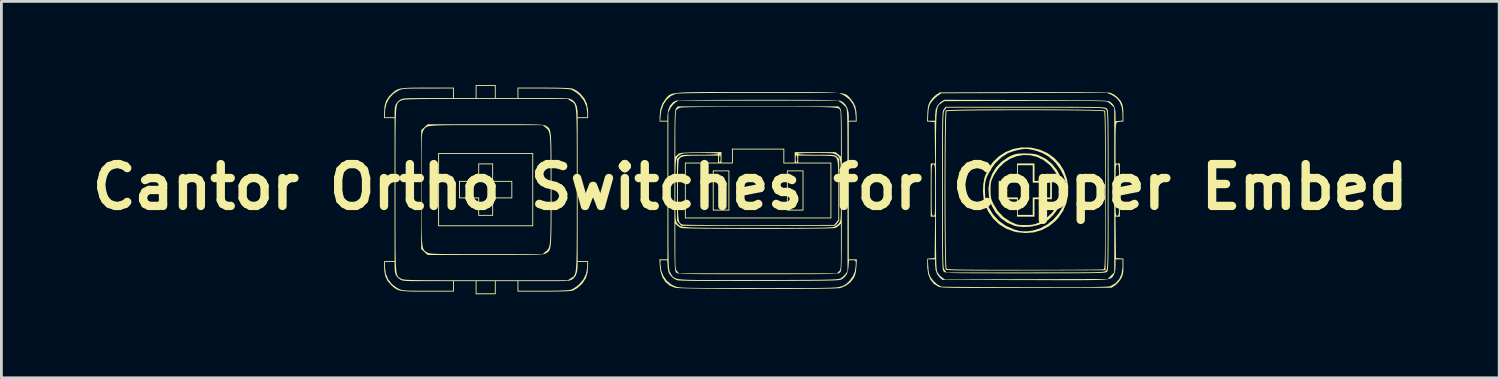
<source format=kicad_pcb>
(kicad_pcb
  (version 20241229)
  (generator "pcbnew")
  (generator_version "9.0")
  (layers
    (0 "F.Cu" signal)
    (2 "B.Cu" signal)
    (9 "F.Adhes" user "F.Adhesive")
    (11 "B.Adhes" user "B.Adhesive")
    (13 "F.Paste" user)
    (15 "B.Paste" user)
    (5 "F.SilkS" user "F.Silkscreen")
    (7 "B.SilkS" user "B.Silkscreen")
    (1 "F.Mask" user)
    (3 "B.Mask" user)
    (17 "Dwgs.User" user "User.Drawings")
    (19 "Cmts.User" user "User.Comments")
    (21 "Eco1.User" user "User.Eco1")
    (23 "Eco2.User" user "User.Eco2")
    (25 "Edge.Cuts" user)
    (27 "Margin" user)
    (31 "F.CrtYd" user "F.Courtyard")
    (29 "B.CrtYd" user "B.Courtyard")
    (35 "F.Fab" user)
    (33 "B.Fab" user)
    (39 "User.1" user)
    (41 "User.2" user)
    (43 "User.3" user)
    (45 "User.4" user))
  (footprint "Cantor Ortho Switches for Copper Embed"
    (layer "F.Cu")
    (at 23.871 3.66)
    (property "Reference" "Cantor Ortho Switches for Copper Embed" (at 0 0 0) (layer "F.SilkS") (effects (font (size 1.5 1.5) (thickness 0.3))))
    (attr board_only exclude_from_pos_files exclude_from_bom)
    (fp_poly (pts (xy -7.789 0.094) (xy -7.789 1.408) (xy -9.494 1.408) (xy -11.199 1.408) (xy -11.199 0.094) (xy -11.199 -1.189) (xy -11.167 -1.189) (xy -11.167 0.094) (xy -11.167 1.376) (xy -9.494 1.376) (xy -7.82 1.376) (xy -7.82 0.094) (xy -7.82 -1.189) (xy -9.494 -1.189) (xy -11.167 -1.189) (xy -11.199 -1.189) (xy -11.199 -1.22) (xy -9.494 -1.22) (xy -7.789 -1.22)) (stroke (width 0) (type solid)) (fill yes) (layer "F.SilkS"))
    (fp_poly (pts (xy -0.751 0.125) (xy -0.751 0.845) (xy -1.048 0.845) (xy -1.345 0.845) (xy -1.345 0.125) (xy -1.345 -0.563) (xy -1.314 -0.563) (xy -1.314 0.125) (xy -1.314 0.813) (xy -1.048 0.813) (xy -0.782 0.813) (xy -0.782 0.125) (xy -0.782 -0.563) (xy -1.048 -0.563) (xy -1.314 -0.563) (xy -1.345 -0.563) (xy -1.345 -0.594) (xy -1.048 -0.594) (xy -0.751 -0.594)) (stroke (width 0) (type solid)) (fill yes) (layer "F.SilkS"))
    (fp_poly (pts (xy 1.908 0.125) (xy 1.908 0.845) (xy 1.611 0.845) (xy 1.314 0.845) (xy 1.314 0.125) (xy 1.314 -0.563) (xy 1.345 -0.563) (xy 1.345 0.125) (xy 1.345 0.813) (xy 1.611 0.813) (xy 1.877 0.813) (xy 1.877 0.125) (xy 1.877 -0.563) (xy 1.611 -0.563) (xy 1.345 -0.563) (xy 1.314 -0.563) (xy 1.314 -0.594) (xy 1.611 -0.594) (xy 1.908 -0.594)) (stroke (width 0) (type solid)) (fill yes) (layer "F.SilkS"))
    (fp_poly (pts (xy -9.228 -0.532) (xy -9.228 -0.219) (xy -8.884 -0.219) (xy -8.54 -0.219) (xy -8.54 0.094) (xy -8.54 0.407) (xy -8.884 0.407) (xy -9.228 0.407) (xy -9.228 0.719) (xy -9.228 1.032) (xy -9.494 1.032) (xy -9.76 1.032) (xy -9.76 0.719) (xy -9.76 0.407) (xy -10.104 0.407) (xy -10.448 0.407) (xy -10.448 0.375) (xy -10.417 0.375) (xy -10.072 0.375) (xy -9.728 0.375) (xy -9.728 0.688) (xy -9.728 1.001) (xy -9.494 1.001) (xy -9.259 1.001) (xy -9.259 0.688) (xy -9.259 0.375) (xy -8.915 0.375) (xy -8.571 0.375) (xy -8.571 0.094) (xy -8.571 -0.188) (xy -8.915 -0.188) (xy -9.259 -0.188) (xy -9.259 -0.5) (xy -9.259 -0.813) (xy -9.494 -0.813) (xy -9.728 -0.813) (xy -9.728 -0.5) (xy -9.728 -0.188) (xy -10.072 -0.188) (xy -10.417 -0.188) (xy -10.417 0.094) (xy -10.417 0.375) (xy -10.448 0.375) (xy -10.448 0.094) (xy -10.448 -0.219) (xy -10.104 -0.219) (xy -9.76 -0.219) (xy -9.76 -0.532) (xy -9.76 -0.845) (xy -9.494 -0.845) (xy -9.228 -0.845)) (stroke (width 0) (type solid)) (fill yes) (layer "F.SilkS"))
    (fp_poly (pts (xy 10.198 -0.532) (xy 10.198 -0.219) (xy 10.51 -0.219) (xy 10.823 -0.219) (xy 10.823 0.109) (xy 10.823 0.438) (xy 10.51 0.438) (xy 10.198 0.438) (xy 10.198 0.751) (xy 10.198 1.064) (xy 9.885 1.064) (xy 9.572 1.064) (xy 9.572 0.751) (xy 9.572 0.438) (xy 9.243 0.438) (xy 8.915 0.438) (xy 8.915 0.375) (xy 8.978 0.375) (xy 9.29 0.375) (xy 9.603 0.375) (xy 9.603 0.688) (xy 9.603 1.001) (xy 9.869 1.001) (xy 10.135 1.001) (xy 10.135 0.688) (xy 10.135 0.375) (xy 10.448 0.375) (xy 10.761 0.375) (xy 10.761 0.109) (xy 10.761 -0.156) (xy 10.448 -0.156) (xy 10.135 -0.156) (xy 10.135 -0.469) (xy 10.135 -0.782) (xy 9.869 -0.782) (xy 9.603 -0.782) (xy 9.603 -0.469) (xy 9.603 -0.156) (xy 9.29 -0.156) (xy 8.978 -0.156) (xy 8.978 0.109) (xy 8.978 0.375) (xy 8.915 0.375) (xy 8.915 0.109) (xy 8.915 -0.219) (xy 9.243 -0.219) (xy 9.572 -0.219) (xy 9.572 -0.532) (xy 9.572 -0.845) (xy 9.885 -0.845) (xy 10.198 -0.845)) (stroke (width 0) (type solid)) (fill yes) (layer "F.SilkS"))
    (fp_poly (pts (xy 10.028 -1.417) (xy 10.09 -1.41) (xy 10.397 -1.337) (xy 10.671 -1.213) (xy 10.909 -1.041) (xy 11.106 -0.828) (xy 11.258 -0.577) (xy 11.361 -0.292) (xy 11.406 -0.03) (xy 11.405 0.28) (xy 11.343 0.578) (xy 11.224 0.857) (xy 11.051 1.11) (xy 10.96 1.209) (xy 10.724 1.404) (xy 10.46 1.544) (xy 10.175 1.627) (xy 9.874 1.653) (xy 9.561 1.62) (xy 9.456 1.595) (xy 9.173 1.49) (xy 8.924 1.333) (xy 8.711 1.129) (xy 8.54 0.881) (xy 8.425 0.626) (xy 8.372 0.408) (xy 8.35 0.161) (xy 8.356 0.016) (xy 8.418 0.016) (xy 8.421 0.172) (xy 8.428 0.323) (xy 8.441 0.434) (xy 8.463 0.526) (xy 8.502 0.623) (xy 8.548 0.72) (xy 8.715 0.992) (xy 8.922 1.216) (xy 9.17 1.392) (xy 9.456 1.52) (xy 9.65 1.574) (xy 9.79 1.59) (xy 9.961 1.586) (xy 10.133 1.564) (xy 10.403 1.483) (xy 10.652 1.348) (xy 10.873 1.17) (xy 11.061 0.954) (xy 11.208 0.711) (xy 11.307 0.446) (xy 11.353 0.17) (xy 11.355 0.096) (xy 11.327 -0.142) (xy 11.249 -0.389) (xy 11.128 -0.629) (xy 10.97 -0.846) (xy 10.894 -0.928) (xy 10.694 -1.098) (xy 10.48 -1.221) (xy 10.232 -1.308) (xy 10.11 -1.336) (xy 9.984 -1.36) (xy 9.887 -1.369) (xy 9.794 -1.363) (xy 9.676 -1.342) (xy 9.621 -1.33) (xy 9.484 -1.296) (xy 9.352 -1.256) (xy 9.253 -1.218) (xy 9.244 -1.213) (xy 9.012 -1.064) (xy 8.802 -0.866) (xy 8.626 -0.633) (xy 8.495 -0.378) (xy 8.473 -0.321) (xy 8.442 -0.216) (xy 8.424 -0.111) (xy 8.418 0.016) (xy 8.356 0.016) (xy 8.36 -0.091) (xy 8.401 -0.322) (xy 8.417 -0.376) (xy 8.54 -0.654) (xy 8.709 -0.897) (xy 8.919 -1.099) (xy 9.163 -1.256) (xy 9.433 -1.364) (xy 9.724 -1.419)) (stroke (width 0) (type solid)) (fill yes) (layer "F.SilkS"))
    (fp_poly (pts (xy 10.034 -1.2) (xy 10.17 -1.188) (xy 10.279 -1.165) (xy 10.338 -1.145) (xy 10.6 -1.013) (xy 10.823 -0.832) (xy 11.004 -0.607) (xy 11.081 -0.47) (xy 11.124 -0.38) (xy 11.153 -0.305) (xy 11.17 -0.229) (xy 11.179 -0.135) (xy 11.182 -0.007) (xy 11.183 0.109) (xy 11.182 0.271) (xy 11.177 0.387) (xy 11.166 0.474) (xy 11.146 0.548) (xy 11.112 0.628) (xy 11.081 0.694) (xy 10.982 0.859) (xy 10.855 1.02) (xy 10.714 1.161) (xy 10.575 1.264) (xy 10.544 1.281) (xy 10.317 1.37) (xy 10.065 1.422) (xy 9.808 1.437) (xy 9.567 1.413) (xy 9.469 1.388) (xy 9.213 1.278) (xy 8.99 1.118) (xy 8.805 0.916) (xy 8.666 0.678) (xy 8.577 0.411) (xy 8.566 0.351) (xy 8.549 0.109) (xy 8.621 0.109) (xy 8.623 0.253) (xy 8.633 0.359) (xy 8.657 0.45) (xy 8.698 0.551) (xy 8.726 0.61) (xy 8.881 0.861) (xy 9.083 1.073) (xy 9.326 1.24) (xy 9.556 1.342) (xy 9.631 1.356) (xy 9.747 1.365) (xy 9.882 1.367) (xy 9.92 1.366) (xy 10.069 1.358) (xy 10.182 1.34) (xy 10.285 1.307) (xy 10.389 1.259) (xy 10.634 1.107) (xy 10.833 0.921) (xy 10.982 0.708) (xy 11.083 0.476) (xy 11.132 0.23) (xy 11.13 -0.02) (xy 11.075 -0.269) (xy 10.965 -0.508) (xy 10.8 -0.732) (xy 10.736 -0.798) (xy 10.521 -0.967) (xy 10.289 -1.081) (xy 10.044 -1.14) (xy 9.797 -1.147) (xy 9.552 -1.103) (xy 9.319 -1.009) (xy 9.103 -0.868) (xy 8.913 -0.68) (xy 8.755 -0.447) (xy 8.721 -0.38) (xy 8.671 -0.27) (xy 8.641 -0.179) (xy 8.626 -0.082) (xy 8.621 0.044) (xy 8.621 0.109) (xy 8.549 0.109) (xy 8.546 0.063) (xy 8.586 -0.215) (xy 8.68 -0.474) (xy 8.825 -0.708) (xy 9.018 -0.909) (xy 9.255 -1.07) (xy 9.312 -1.099) (xy 9.414 -1.146) (xy 9.498 -1.176) (xy 9.584 -1.193) (xy 9.691 -1.201) (xy 9.84 -1.203) (xy 9.853 -1.203)) (stroke (width 0) (type solid)) (fill yes) (layer "F.SilkS"))
    (fp_poly (pts (xy -9.502 -2.252) (xy -9.091 -2.252) (xy -8.738 -2.252) (xy -8.438 -2.251) (xy -8.187 -2.25) (xy -7.98 -2.249) (xy -7.812 -2.246) (xy -7.678 -2.243) (xy -7.574 -2.239) (xy -7.496 -2.234) (xy -7.438 -2.227) (xy -7.397 -2.219) (xy -7.366 -2.21) (xy -7.342 -2.198) (xy -7.326 -2.189) (xy -7.288 -2.166) (xy -7.256 -2.143) (xy -7.228 -2.116) (xy -7.205 -2.079) (xy -7.186 -2.029) (xy -7.171 -1.961) (xy -7.158 -1.87) (xy -7.149 -1.751) (xy -7.142 -1.601) (xy -7.138 -1.414) (xy -7.135 -1.187) (xy -7.133 -0.913) (xy -7.132 -0.59) (xy -7.132 -0.211) (xy -7.132 0.094) (xy -7.132 0.514) (xy -7.132 0.876) (xy -7.133 1.185) (xy -7.135 1.444) (xy -7.139 1.66) (xy -7.144 1.836) (xy -7.151 1.976) (xy -7.162 2.086) (xy -7.175 2.17) (xy -7.191 2.233) (xy -7.211 2.278) (xy -7.236 2.312) (xy -7.265 2.337) (xy -7.298 2.36) (xy -7.326 2.377) (xy -7.348 2.389) (xy -7.373 2.4) (xy -7.406 2.409) (xy -7.451 2.417) (xy -7.513 2.423) (xy -7.597 2.428) (xy -7.708 2.432) (xy -7.85 2.435) (xy -8.027 2.437) (xy -8.245 2.438) (xy -8.507 2.439) (xy -8.82 2.44) (xy -9.187 2.44) (xy -9.502 2.44) (xy -11.575 2.44) (xy -11.692 2.333) (xy -11.808 2.226) (xy -11.808 0.505) (xy -11.793 0.505) (xy -11.793 0.864) (xy -11.792 1.171) (xy -11.79 1.428) (xy -11.787 1.641) (xy -11.782 1.814) (xy -11.775 1.953) (xy -11.765 2.061) (xy -11.752 2.143) (xy -11.736 2.204) (xy -11.716 2.248) (xy -11.692 2.281) (xy -11.663 2.305) (xy -11.629 2.327) (xy -11.596 2.347) (xy -11.574 2.36) (xy -11.548 2.37) (xy -11.513 2.379) (xy -11.465 2.386) (xy -11.398 2.392) (xy -11.309 2.397) (xy -11.192 2.401) (xy -11.043 2.404) (xy -10.857 2.406) (xy -10.629 2.407) (xy -10.355 2.408) (xy -10.029 2.408) (xy -9.648 2.408) (xy -9.473 2.409) (xy -7.45 2.409) (xy -7.349 2.324) (xy -7.312 2.293) (xy -7.281 2.264) (xy -7.254 2.231) (xy -7.232 2.19) (xy -7.213 2.136) (xy -7.199 2.065) (xy -7.187 1.971) (xy -7.178 1.85) (xy -7.172 1.697) (xy -7.168 1.508) (xy -7.165 1.278) (xy -7.164 1.001) (xy -7.163 0.673) (xy -7.163 0.29) (xy -7.163 0.094) (xy -7.163 -0.317) (xy -7.164 -0.669) (xy -7.164 -0.969) (xy -7.166 -1.22) (xy -7.17 -1.428) (xy -7.175 -1.597) (xy -7.183 -1.731) (xy -7.193 -1.837) (xy -7.206 -1.918) (xy -7.223 -1.979) (xy -7.243 -2.026) (xy -7.268 -2.062) (xy -7.297 -2.092) (xy -7.332 -2.122) (xy -7.349 -2.136) (xy -7.45 -2.221) (xy -9.466 -2.221) (xy -9.884 -2.221) (xy -10.244 -2.221) (xy -10.551 -2.22) (xy -10.809 -2.218) (xy -11.022 -2.215) (xy -11.196 -2.21) (xy -11.335 -2.203) (xy -11.444 -2.193) (xy -11.526 -2.181) (xy -11.587 -2.165) (xy -11.632 -2.145) (xy -11.664 -2.121) (xy -11.689 -2.092) (xy -11.711 -2.058) (xy -11.732 -2.024) (xy -11.744 -2.002) (xy -11.754 -1.976) (xy -11.763 -1.941) (xy -11.771 -1.893) (xy -11.777 -1.826) (xy -11.782 -1.736) (xy -11.785 -1.619) (xy -11.788 -1.47) (xy -11.79 -1.283) (xy -11.791 -1.054) (xy -11.792 -0.779) (xy -11.793 -0.453) (xy -11.793 -0.07) (xy -11.793 0.088) (xy -11.793 0.505) (xy -11.808 0.505) (xy -11.808 0.094) (xy -11.808 -2.038) (xy -11.692 -2.145) (xy -11.575 -2.252)) (stroke (width 0) (type solid)) (fill yes) (layer "F.SilkS"))
    (fp_poly (pts (xy 10.042 -2.788) (xy 10.407 -2.787) (xy 10.764 -2.785) (xy 11.108 -2.783) (xy 11.432 -2.78) (xy 11.733 -2.777) (xy 12.004 -2.772) (xy 12.241 -2.768) (xy 12.436 -2.762) (xy 12.586 -2.756) (xy 12.685 -2.749) (xy 12.727 -2.742) (xy 12.728 -2.741) (xy 12.734 -2.715) (xy 12.74 -2.649) (xy 12.745 -2.543) (xy 12.748 -2.393) (xy 12.752 -2.198) (xy 12.754 -1.955) (xy 12.756 -1.661) (xy 12.757 -1.315) (xy 12.757 -0.913) (xy 12.756 -0.454) (xy 12.755 0.065) (xy 12.755 0.144) (xy 12.747 2.987) (xy 9.899 2.995) (xy 9.386 2.997) (xy 8.933 2.997) (xy 8.536 2.997) (xy 8.193 2.997) (xy 7.9 2.996) (xy 7.655 2.994) (xy 7.454 2.991) (xy 7.295 2.988) (xy 7.175 2.984) (xy 7.09 2.979) (xy 7.037 2.973) (xy 7.014 2.966) (xy 7.013 2.966) (xy 7.007 2.928) (xy 7 2.834) (xy 6.995 2.687) (xy 6.99 2.495) (xy 6.986 2.261) (xy 6.982 1.992) (xy 6.979 1.693) (xy 6.976 1.37) (xy 6.974 1.027) (xy 6.973 0.671) (xy 6.972 0.306) (xy 6.972 -0.062) (xy 6.972 -0.062) (xy 7.004 -0.062) (xy 7.004 0.304) (xy 7.004 0.666) (xy 7.006 1.021) (xy 7.007 1.361) (xy 7.01 1.683) (xy 7.013 1.979) (xy 7.017 2.246) (xy 7.021 2.476) (xy 7.026 2.666) (xy 7.032 2.809) (xy 7.038 2.901) (xy 7.044 2.934) (xy 7.066 2.941) (xy 7.118 2.947) (xy 7.204 2.952) (xy 7.326 2.957) (xy 7.487 2.961) (xy 7.691 2.964) (xy 7.94 2.967) (xy 8.238 2.969) (xy 8.587 2.97) (xy 8.99 2.971) (xy 9.451 2.972) (xy 9.857 2.972) (xy 10.269 2.971) (xy 10.664 2.971) (xy 11.037 2.97) (xy 11.383 2.969) (xy 11.698 2.967) (xy 11.978 2.965) (xy 12.217 2.963) (xy 12.412 2.961) (xy 12.557 2.958) (xy 12.649 2.955) (xy 12.682 2.953) (xy 12.69 2.945) (xy 12.698 2.926) (xy 12.704 2.893) (xy 12.71 2.841) (xy 12.715 2.766) (xy 12.719 2.666) (xy 12.722 2.535) (xy 12.725 2.372) (xy 12.727 2.17) (xy 12.729 1.928) (xy 12.73 1.641) (xy 12.731 1.305) (xy 12.731 0.916) (xy 12.731 0.472) (xy 12.731 0.128) (xy 12.731 -0.383) (xy 12.73 -0.834) (xy 12.729 -1.228) (xy 12.728 -1.569) (xy 12.726 -1.859) (xy 12.723 -2.101) (xy 12.72 -2.298) (xy 12.716 -2.454) (xy 12.711 -2.57) (xy 12.706 -2.651) (xy 12.7 -2.698) (xy 12.694 -2.715) (xy 12.656 -2.722) (xy 12.562 -2.728) (xy 12.415 -2.734) (xy 12.223 -2.739) (xy 11.99 -2.743) (xy 11.721 -2.747) (xy 11.423 -2.75) (xy 11.1 -2.752) (xy 10.759 -2.754) (xy 10.404 -2.755) (xy 10.041 -2.756) (xy 9.675 -2.756) (xy 9.312 -2.755) (xy 8.958 -2.754) (xy 8.617 -2.752) (xy 8.296 -2.75) (xy 7.999 -2.746) (xy 7.733 -2.743) (xy 7.502 -2.738) (xy 7.312 -2.733) (xy 7.169 -2.728) (xy 7.078 -2.722) (xy 7.044 -2.715) (xy 7.038 -2.678) (xy 7.031 -2.583) (xy 7.026 -2.437) (xy 7.021 -2.244) (xy 7.017 -2.011) (xy 7.013 -1.743) (xy 7.01 -1.444) (xy 7.007 -1.122) (xy 7.006 -0.78) (xy 7.004 -0.425) (xy 7.004 -0.062) (xy 6.972 -0.062) (xy 6.973 -0.427) (xy 6.974 -0.784) (xy 6.976 -1.128) (xy 6.978 -1.453) (xy 6.981 -1.754) (xy 6.985 -2.025) (xy 6.989 -2.261) (xy 6.994 -2.456) (xy 7 -2.606) (xy 7.006 -2.704) (xy 7.013 -2.746) (xy 7.013 -2.746) (xy 7.051 -2.754) (xy 7.146 -2.76) (xy 7.293 -2.766) (xy 7.486 -2.771) (xy 7.719 -2.776) (xy 7.988 -2.78) (xy 8.287 -2.783) (xy 8.611 -2.785) (xy 8.953 -2.787) (xy 9.31 -2.788) (xy 9.674 -2.788)) (stroke (width 0) (type solid)) (fill yes) (layer "F.SilkS"))
    (fp_poly (pts (xy 10.359 -2.878) (xy 10.788 -2.878) (xy 11.162 -2.877) (xy 11.485 -2.877) (xy 11.761 -2.876) (xy 11.993 -2.874) (xy 12.187 -2.873) (xy 12.344 -2.87) (xy 12.47 -2.867) (xy 12.569 -2.863) (xy 12.643 -2.858) (xy 12.697 -2.853) (xy 12.735 -2.846) (xy 12.761 -2.838) (xy 12.778 -2.829) (xy 12.79 -2.819) (xy 12.794 -2.815) (xy 12.804 -2.804) (xy 12.814 -2.788) (xy 12.822 -2.766) (xy 12.829 -2.732) (xy 12.835 -2.684) (xy 12.84 -2.616) (xy 12.844 -2.526) (xy 12.848 -2.41) (xy 12.85 -2.263) (xy 12.852 -2.082) (xy 12.854 -1.862) (xy 12.855 -1.601) (xy 12.856 -1.294) (xy 12.856 -0.937) (xy 12.856 -0.527) (xy 12.856 -0.06) (xy 12.856 0.12) (xy 12.856 0.61) (xy 12.856 1.04) (xy 12.856 1.416) (xy 12.855 1.741) (xy 12.854 2.018) (xy 12.853 2.252) (xy 12.851 2.447) (xy 12.848 2.605) (xy 12.845 2.732) (xy 12.841 2.831) (xy 12.836 2.905) (xy 12.83 2.959) (xy 12.824 2.996) (xy 12.816 3.021) (xy 12.807 3.036) (xy 12.799 3.045) (xy 12.786 3.054) (xy 12.763 3.062) (xy 12.728 3.068) (xy 12.676 3.074) (xy 12.604 3.079) (xy 12.507 3.084) (xy 12.383 3.087) (xy 12.227 3.09) (xy 12.035 3.092) (xy 11.804 3.094) (xy 11.53 3.095) (xy 11.208 3.096) (xy 10.836 3.096) (xy 10.41 3.097) (xy 9.925 3.097) (xy 9.874 3.097) (xy 9.386 3.097) (xy 8.957 3.097) (xy 8.582 3.096) (xy 8.258 3.096) (xy 7.982 3.095) (xy 7.748 3.093) (xy 7.555 3.092) (xy 7.396 3.089) (xy 7.27 3.086) (xy 7.171 3.082) (xy 7.096 3.077) (xy 7.042 3.072) (xy 7.004 3.065) (xy 6.978 3.057) (xy 6.961 3.048) (xy 6.948 3.038) (xy 6.944 3.034) (xy 6.934 3.022) (xy 6.924 3.007) (xy 6.916 2.985) (xy 6.909 2.951) (xy 6.903 2.902) (xy 6.898 2.834) (xy 6.894 2.744) (xy 6.89 2.627) (xy 6.888 2.479) (xy 6.886 2.297) (xy 6.884 2.076) (xy 6.883 1.813) (xy 6.882 1.505) (xy 6.882 1.146) (xy 6.882 0.734) (xy 6.882 0.263) (xy 6.882 0.129) (xy 6.882 0.109) (xy 6.913 0.109) (xy 6.913 0.591) (xy 6.913 1.013) (xy 6.913 1.381) (xy 6.914 1.698) (xy 6.915 1.969) (xy 6.916 2.196) (xy 6.918 2.385) (xy 6.921 2.538) (xy 6.924 2.661) (xy 6.928 2.756) (xy 6.933 2.828) (xy 6.939 2.881) (xy 6.946 2.919) (xy 6.954 2.945) (xy 6.964 2.964) (xy 6.975 2.979) (xy 6.978 2.983) (xy 7.043 3.066) (xy 9.871 3.066) (xy 10.356 3.065) (xy 10.782 3.065) (xy 11.153 3.065) (xy 11.474 3.064) (xy 11.747 3.064) (xy 11.977 3.062) (xy 12.168 3.06) (xy 12.324 3.058) (xy 12.448 3.054) (xy 12.544 3.05) (xy 12.617 3.046) (xy 12.67 3.04) (xy 12.706 3.033) (xy 12.731 3.025) (xy 12.748 3.016) (xy 12.76 3.005) (xy 12.763 3.003) (xy 12.773 2.991) (xy 12.783 2.976) (xy 12.791 2.953) (xy 12.798 2.919) (xy 12.804 2.871) (xy 12.809 2.803) (xy 12.813 2.712) (xy 12.817 2.594) (xy 12.819 2.446) (xy 12.821 2.264) (xy 12.823 2.043) (xy 12.824 1.78) (xy 12.825 1.47) (xy 12.825 1.111) (xy 12.825 0.697) (xy 12.825 0.226) (xy 12.825 0.109) (xy 12.825 -0.375) (xy 12.825 -0.802) (xy 12.825 -1.173) (xy 12.824 -1.494) (xy 12.823 -1.767) (xy 12.822 -1.998) (xy 12.82 -2.189) (xy 12.817 -2.344) (xy 12.814 -2.468) (xy 12.81 -2.565) (xy 12.805 -2.638) (xy 12.799 -2.691) (xy 12.793 -2.728) (xy 12.785 -2.752) (xy 12.776 -2.769) (xy 12.765 -2.781) (xy 12.763 -2.784) (xy 12.751 -2.795) (xy 12.735 -2.804) (xy 12.713 -2.812) (xy 12.679 -2.819) (xy 12.63 -2.825) (xy 12.562 -2.83) (xy 12.471 -2.835) (xy 12.354 -2.838) (xy 12.206 -2.841) (xy 12.023 -2.843) (xy 11.802 -2.844) (xy 11.539 -2.845) (xy 11.229 -2.846) (xy 10.87 -2.846) (xy 10.456 -2.847) (xy 9.985 -2.847) (xy 9.871 -2.847) (xy 7.043 -2.847) (xy 6.978 -2.764) (xy 6.967 -2.749) (xy 6.957 -2.732) (xy 6.948 -2.708) (xy 6.941 -2.674) (xy 6.935 -2.625) (xy 6.93 -2.559) (xy 6.925 -2.47) (xy 6.922 -2.356) (xy 6.919 -2.211) (xy 6.917 -2.032) (xy 6.915 -1.816) (xy 6.914 -1.558) (xy 6.914 -1.254) (xy 6.913 -0.9) (xy 6.913 -0.493) (xy 6.913 -0.028) (xy 6.913 0.109) (xy 6.882 0.109) (xy 6.882 -0.357) (xy 6.882 -0.784) (xy 6.882 -1.156) (xy 6.883 -1.478) (xy 6.884 -1.752) (xy 6.885 -1.984) (xy 6.887 -2.176) (xy 6.889 -2.334) (xy 6.893 -2.459) (xy 6.897 -2.558) (xy 6.901 -2.632) (xy 6.907 -2.687) (xy 6.914 -2.727) (xy 6.922 -2.754) (xy 6.931 -2.774) (xy 6.942 -2.789) (xy 6.947 -2.795) (xy 7.011 -2.878) (xy 9.871 -2.878)) (stroke (width 0) (type solid)) (fill yes) (layer "F.SilkS"))
    (fp_poly (pts (xy 1.635 -3.41) (xy 1.979 -3.409) (xy 2.276 -3.407) (xy 2.53 -3.404) (xy 2.744 -3.4) (xy 2.922 -3.394) (xy 3.069 -3.385) (xy 3.149 -3.378) (xy 0.314 -3.378) (xy -0.247 -3.378) (xy -0.752 -3.377) (xy -1.199 -3.375) (xy -1.589 -3.372) (xy -1.92 -3.369) (xy -2.191 -3.365) (xy -2.403 -3.36) (xy -2.554 -3.355) (xy -2.643 -3.349) (xy -2.666 -3.346) (xy -2.85 -3.264) (xy -3.001 -3.132) (xy -3.116 -2.957) (xy -3.19 -2.745) (xy -3.213 -2.595) (xy -3.231 -2.377) (xy -3.101 -2.377) (xy -2.972 -2.377) (xy -2.972 -2.55) (xy -2.957 -2.677) (xy -2.94 -2.677) (xy -2.94 0.124) (xy -2.94 0.608) (xy -2.939 1.033) (xy -2.939 1.403) (xy -2.938 1.723) (xy -2.937 1.997) (xy -2.935 2.227) (xy -2.933 2.419) (xy -2.93 2.577) (xy -2.926 2.703) (xy -2.922 2.803) (xy -2.917 2.88) (xy -2.911 2.938) (xy -2.904 2.982) (xy -2.896 3.015) (xy -2.886 3.041) (xy -2.882 3.05) (xy -2.835 3.138) (xy -2.786 3.205) (xy -2.774 3.218) (xy -2.747 3.239) (xy -2.719 3.258) (xy -2.687 3.274) (xy -2.645 3.289) (xy -2.591 3.301) (xy -2.521 3.311) (xy -2.429 3.319) (xy -2.314 3.326) (xy -2.17 3.331) (xy -1.993 3.335) (xy -1.781 3.338) (xy -1.528 3.34) (xy -1.231 3.34) (xy -0.887 3.341) (xy -0.49 3.34) (xy -0.038 3.339) (xy 0.328 3.338) (xy 0.814 3.337) (xy 1.241 3.336) (xy 1.614 3.334) (xy 1.936 3.333) (xy 2.21 3.331) (xy 2.442 3.329) (xy 2.635 3.326) (xy 2.792 3.323) (xy 2.919 3.319) (xy 3.018 3.314) (xy 3.094 3.309) (xy 3.15 3.303) (xy 3.19 3.296) (xy 3.219 3.288) (xy 3.24 3.278) (xy 3.243 3.277) (xy 3.329 3.213) (xy 3.408 3.13) (xy 3.415 3.121) (xy 3.488 3.019) (xy 3.488 0.12) (xy 3.488 -0.371) (xy 3.488 -0.804) (xy 3.487 -1.181) (xy 3.487 -1.508) (xy 3.486 -1.787) (xy 3.485 -2.023) (xy 3.483 -2.22) (xy 3.48 -2.381) (xy 3.477 -2.511) (xy 3.474 -2.613) (xy 3.469 -2.691) (xy 3.463 -2.749) (xy 3.457 -2.791) (xy 3.449 -2.82) (xy 3.44 -2.841) (xy 3.43 -2.858) (xy 3.422 -2.868) (xy 3.35 -2.947) (xy 3.262 -3.021) (xy 3.254 -3.026) (xy 3.15 -3.097) (xy 0.282 -3.097) (xy -2.587 -3.097) (xy -2.693 -3.026) (xy -2.773 -2.954) (xy -2.848 -2.855) (xy -2.87 -2.816) (xy -2.94 -2.677) (xy -2.957 -2.677) (xy -2.949 -2.751) (xy -2.883 -2.915) (xy -2.776 -3.037) (xy -2.665 -3.1) (xy -2.623 -3.104) (xy -2.523 -3.108) (xy -2.369 -3.112) (xy -2.165 -3.115) (xy -1.915 -3.119) (xy -1.624 -3.121) (xy -1.295 -3.124) (xy -0.934 -3.126) (xy -0.544 -3.127) (xy -0.129 -3.128) (xy 0.292 -3.128) (xy 0.783 -3.128) (xy 1.215 -3.128) (xy 1.593 -3.127) (xy 1.92 -3.127) (xy 2.199 -3.126) (xy 2.436 -3.124) (xy 2.633 -3.122) (xy 2.796 -3.119) (xy 2.926 -3.116) (xy 3.03 -3.112) (xy 3.11 -3.107) (xy 3.17 -3.101) (xy 3.214 -3.095) (xy 3.246 -3.087) (xy 3.271 -3.078) (xy 3.285 -3.071) (xy 3.399 -2.977) (xy 3.482 -2.838) (xy 3.528 -2.666) (xy 3.535 -2.558) (xy 3.535 -2.377) (xy 3.66 -2.377) (xy 3.785 -2.377) (xy 3.785 -2.528) (xy 3.759 -2.768) (xy 3.681 -2.975) (xy 3.554 -3.146) (xy 3.378 -3.278) (xy 3.34 -3.298) (xy 3.185 -3.375) (xy 3.188 -3.375) (xy 3.283 -3.362) (xy 3.357 -3.345) (xy 3.416 -3.326) (xy 3.462 -3.303) (xy 3.499 -3.276) (xy 3.531 -3.245) (xy 3.563 -3.21) (xy 3.597 -3.17) (xy 3.61 -3.156) (xy 3.712 -3.018) (xy 3.777 -2.866) (xy 3.809 -2.683) (xy 3.816 -2.517) (xy 3.816 -2.346) (xy 3.675 -2.346) (xy 3.535 -2.346) (xy 3.535 0.125) (xy 3.535 2.596) (xy 3.68 2.596) (xy 3.825 2.596) (xy 3.809 2.86) (xy 3.792 3.027) (xy 3.764 3.151) (xy 3.72 3.254) (xy 3.718 3.257) (xy 3.6 3.412) (xy 3.44 3.537) (xy 3.259 3.616) (xy 3.222 3.626) (xy 3.159 3.632) (xy 3.04 3.638) (xy 2.869 3.644) (xy 2.654 3.648) (xy 2.398 3.652) (xy 2.108 3.655) (xy 1.79 3.657) (xy 1.448 3.659) (xy 1.088 3.66) (xy 0.717 3.661) (xy 0.338 3.661) (xy -0.041 3.66) (xy -0.416 3.658) (xy -0.781 3.656) (xy -1.131 3.654) (xy -1.459 3.65) (xy -1.761 3.646) (xy -2.031 3.642) (xy -2.263 3.637) (xy -2.452 3.632) (xy -2.592 3.625) (xy -2.678 3.619) (xy -2.699 3.615) (xy -2.893 3.534) (xy -3.045 3.406) (xy -3.156 3.233) (xy -3.224 3.014) (xy -3.245 2.849) (xy -3.26 2.628) (xy -3.222 2.628) (xy -3.222 2.763) (xy -3.195 2.988) (xy -3.117 3.192) (xy -2.996 3.365) (xy -2.836 3.498) (xy -2.69 3.567) (xy -2.658 3.578) (xy -2.622 3.587) (xy -2.579 3.594) (xy -2.524 3.601) (xy -2.453 3.607) (xy -2.362 3.612) (xy -2.248 3.616) (xy -2.105 3.619) (xy -1.93 3.622) (xy -1.72 3.623) (xy -1.469 3.625) (xy -1.173 3.626) (xy -0.83 3.627) (xy -0.434 3.627) (xy 0.019 3.627) (xy 0.264 3.628) (xy 0.75 3.628) (xy 1.178 3.627) (xy 1.551 3.627) (xy 1.874 3.626) (xy 2.151 3.625) (xy 2.385 3.623) (xy 2.58 3.621) (xy 2.741 3.617) (xy 2.872 3.614) (xy 2.977 3.609) (xy 3.06 3.604) (xy 3.124 3.597) (xy 3.174 3.59) (xy 3.214 3.581) (xy 3.229 3.577) (xy 3.342 3.538) (xy 3.432 3.486) (xy 3.522 3.403) (xy 3.564 3.359) (xy 3.682 3.201) (xy 3.753 3.03) (xy 3.783 2.83) (xy 3.785 2.751) (xy 3.782 2.672) (xy 3.76 2.637) (xy 3.703 2.628) (xy 3.664 2.628) (xy 3.543 2.628) (xy 3.527 2.849) (xy 3.506 3.011) (xy 3.462 3.132) (xy 3.386 3.229) (xy 3.304 3.298) (xy 3.288 3.309) (xy 3.27 3.319) (xy 3.245 3.327) (xy 3.21 3.335) (xy 3.161 3.341) (xy 3.093 3.346) (xy 3.004 3.351) (xy 2.889 3.355) (xy 2.743 3.358) (xy 2.565 3.361) (xy 2.348 3.363) (xy 2.09 3.365) (xy 1.787 3.366) (xy 1.435 3.368) (xy 1.029 3.369) (xy 0.567 3.37) (xy 0.346 3.371) (xy -0.167 3.372) (xy -0.62 3.373) (xy -1.018 3.373) (xy -1.364 3.373) (xy -1.66 3.372) (xy -1.91 3.37) (xy -2.117 3.368) (xy -2.285 3.364) (xy -2.417 3.36) (xy -2.517 3.356) (xy -2.587 3.35) (xy -2.631 3.343) (xy -2.644 3.34) (xy -2.745 3.286) (xy -2.84 3.202) (xy -2.855 3.185) (xy -2.908 3.109) (xy -2.94 3.03) (xy -2.958 2.924) (xy -2.964 2.848) (xy -2.98 2.628) (xy -3.101 2.628) (xy -3.222 2.628) (xy -3.26 2.628) (xy -3.262 2.596) (xy -3.117 2.596) (xy -2.972 2.596) (xy -2.972 0.125) (xy -2.972 -2.346) (xy -3.112 -2.346) (xy -3.253 -2.346) (xy -3.253 -2.528) (xy -3.228 -2.778) (xy -3.154 -2.995) (xy -3.032 -3.174) (xy -3.03 -3.176) (xy -2.996 -3.214) (xy -2.965 -3.248) (xy -2.934 -3.278) (xy -2.898 -3.304) (xy -2.855 -3.326) (xy -2.8 -3.345) (xy -2.729 -3.361) (xy -2.638 -3.374) (xy -2.525 -3.384) (xy -2.384 -3.393) (xy -2.211 -3.399) (xy -2.004 -3.403) (xy -1.758 -3.406) (xy -1.47 -3.408) (xy -1.135 -3.409) (xy -0.75 -3.41) (xy -0.31 -3.41) (xy 0.187 -3.41) (xy 0.282 -3.41) (xy 0.79 -3.41) (xy 1.24 -3.41)) (stroke (width 0) (type solid)) (fill yes) (layer "F.SilkS"))
    (fp_poly (pts (xy 11.373 -3.405) (xy 11.777 -3.404) (xy 12.121 -3.402) (xy 12.404 -3.399) (xy 12.626 -3.395) (xy 12.787 -3.391) (xy 12.886 -3.385) (xy 12.919 -3.381) (xy 13.057 -3.315) (xy 13.19 -3.208) (xy 13.296 -3.081) (xy 13.329 -3.021) (xy 13.363 -2.917) (xy 13.382 -2.784) (xy 13.387 -2.62) (xy 13.388 -2.346) (xy 13.285 -2.346) (xy 13.202 -2.335) (xy 13.145 -2.309) (xy 13.144 -2.309) (xy 13.131 -2.274) (xy 13.121 -2.196) (xy 13.113 -2.072) (xy 13.109 -1.896) (xy 13.107 -1.663) (xy 13.107 -1.558) (xy 13.107 -0.845) (xy 13.185 -0.845) (xy 13.263 -0.845) (xy 13.263 0.109) (xy 13.263 1.064) (xy 13.184 1.064) (xy 13.106 1.064) (xy 13.114 1.806) (xy 13.122 2.549) (xy 13.255 2.559) (xy 13.388 2.569) (xy 13.388 2.852) (xy 13.386 2.997) (xy 13.376 3.1) (xy 13.355 3.181) (xy 13.319 3.261) (xy 13.306 3.287) (xy 13.225 3.402) (xy 13.125 3.503) (xy 13.095 3.526) (xy 12.966 3.613) (xy 9.916 3.62) (xy 9.405 3.621) (xy 8.952 3.622) (xy 8.555 3.622) (xy 8.209 3.622) (xy 7.911 3.621) (xy 7.658 3.62) (xy 7.444 3.618) (xy 7.268 3.616) (xy 7.124 3.613) (xy 7.01 3.609) (xy 6.922 3.604) (xy 6.856 3.599) (xy 6.808 3.593) (xy 6.775 3.585) (xy 6.757 3.579) (xy 6.589 3.475) (xy 6.466 3.327) (xy 6.387 3.135) (xy 6.352 2.9) (xy 6.35 2.825) (xy 6.35 2.596) (xy 6.373 2.596) (xy 6.387 2.854) (xy 6.399 3.003) (xy 6.42 3.112) (xy 6.457 3.204) (xy 6.486 3.257) (xy 6.577 3.378) (xy 6.695 3.483) (xy 6.817 3.557) (xy 6.868 3.575) (xy 6.908 3.577) (xy 7.005 3.579) (xy 7.156 3.581) (xy 7.357 3.583) (xy 7.602 3.585) (xy 7.888 3.587) (xy 8.21 3.589) (xy 8.563 3.59) (xy 8.943 3.592) (xy 9.346 3.593) (xy 9.768 3.594) (xy 9.878 3.594) (xy 10.39 3.594) (xy 10.842 3.594) (xy 11.239 3.594) (xy 11.584 3.593) (xy 11.881 3.592) (xy 12.132 3.59) (xy 12.342 3.588) (xy 12.513 3.584) (xy 12.65 3.581) (xy 12.756 3.576) (xy 12.834 3.571) (xy 12.888 3.565) (xy 12.921 3.558) (xy 12.928 3.555) (xy 13.106 3.451) (xy 13.236 3.309) (xy 13.319 3.126) (xy 13.355 2.902) (xy 13.357 2.828) (xy 13.357 2.596) (xy 13.232 2.596) (xy 13.107 2.596) (xy 13.107 2.823) (xy 13.1 2.97) (xy 13.08 3.075) (xy 13.045 3.15) (xy 13.026 3.183) (xy 13.01 3.212) (xy 12.991 3.237) (xy 12.967 3.259) (xy 12.934 3.278) (xy 12.887 3.294) (xy 12.824 3.307) (xy 12.74 3.318) (xy 12.632 3.326) (xy 12.496 3.333) (xy 12.329 3.338) (xy 12.125 3.341) (xy 11.883 3.343) (xy 11.597 3.344) (xy 11.265 3.344) (xy 10.882 3.343) (xy 10.445 3.341) (xy 9.949 3.34) (xy 9.841 3.34) (xy 6.887 3.331) (xy 6.802 3.253) (xy 6.705 3.131) (xy 6.649 2.978) (xy 6.632 2.785) (xy 6.632 2.596) (xy 6.502 2.596) (xy 6.373 2.596) (xy 6.35 2.596) (xy 6.35 2.569) (xy 6.483 2.559) (xy 6.616 2.549) (xy 6.624 1.806) (xy 6.633 1.064) (xy 6.554 1.064) (xy 6.475 1.064) (xy 6.475 0.109) (xy 6.506 0.109) (xy 6.507 0.374) (xy 6.507 0.582) (xy 6.509 0.741) (xy 6.512 0.857) (xy 6.517 0.938) (xy 6.524 0.989) (xy 6.535 1.017) (xy 6.548 1.029) (xy 6.565 1.032) (xy 6.569 1.032) (xy 6.587 1.03) (xy 6.601 1.02) (xy 6.612 0.996) (xy 6.62 0.95) (xy 6.625 0.875) (xy 6.629 0.766) (xy 6.63 0.616) (xy 6.631 0.418) (xy 6.632 0.165) (xy 6.632 0.109) (xy 6.631 -0.155) (xy 6.631 -0.363) (xy 6.629 -0.522) (xy 6.626 -0.638) (xy 6.621 -0.719) (xy 6.617 -0.748) (xy 6.663 -0.748) (xy 6.663 -0.298) (xy 6.663 0.115) (xy 6.663 0.602) (xy 6.663 1.03) (xy 6.663 1.404) (xy 6.664 1.727) (xy 6.665 2.003) (xy 6.667 2.236) (xy 6.669 2.43) (xy 6.672 2.589) (xy 6.675 2.717) (xy 6.679 2.818) (xy 6.684 2.896) (xy 6.69 2.954) (xy 6.697 2.997) (xy 6.705 3.028) (xy 6.714 3.052) (xy 6.721 3.066) (xy 6.788 3.159) (xy 6.874 3.24) (xy 6.882 3.246) (xy 6.986 3.317) (xy 9.905 3.308) (xy 12.824 3.3) (xy 12.942 3.182) (xy 13.06 3.064) (xy 13.06 0.111) (xy 13.06 0.109) (xy 13.107 0.109) (xy 13.107 0.374) (xy 13.107 0.582) (xy 13.109 0.741) (xy 13.112 0.857) (xy 13.117 0.938) (xy 13.125 0.989) (xy 13.135 1.017) (xy 13.148 1.029) (xy 13.165 1.032) (xy 13.169 1.032) (xy 13.187 1.03) (xy 13.201 1.02) (xy 13.212 0.996) (xy 13.22 0.95) (xy 13.225 0.875) (xy 13.229 0.766) (xy 13.231 0.616) (xy 13.232 0.418) (xy 13.232 0.165) (xy 13.232 0.109) (xy 13.232 -0.155) (xy 13.231 -0.363) (xy 13.229 -0.522) (xy 13.226 -0.638) (xy 13.221 -0.719) (xy 13.214 -0.77) (xy 13.204 -0.798) (xy 13.19 -0.81) (xy 13.173 -0.813) (xy 13.169 -0.813) (xy 13.151 -0.811) (xy 13.137 -0.801) (xy 13.126 -0.777) (xy 13.119 -0.731) (xy 13.113 -0.656) (xy 13.11 -0.547) (xy 13.108 -0.397) (xy 13.107 -0.199) (xy 13.107 0.054) (xy 13.107 0.109) (xy 13.06 0.109) (xy 13.06 -2.842) (xy 12.97 -2.936) (xy 12.891 -3.006) (xy 12.811 -3.058) (xy 12.798 -3.064) (xy 12.759 -3.07) (xy 12.673 -3.076) (xy 12.538 -3.08) (xy 12.354 -3.084) (xy 12.117 -3.087) (xy 11.828 -3.089) (xy 11.483 -3.091) (xy 11.081 -3.091) (xy 10.621 -3.091) (xy 10.101 -3.09) (xy 9.838 -3.089) (xy 6.96 -3.081) (xy 6.862 -3.011) (xy 6.829 -2.989) (xy 6.799 -2.968) (xy 6.774 -2.945) (xy 6.751 -2.917) (xy 6.732 -2.88) (xy 6.716 -2.829) (xy 6.703 -2.762) (xy 6.692 -2.673) (xy 6.683 -2.56) (xy 6.676 -2.418) (xy 6.671 -2.243) (xy 6.667 -2.032) (xy 6.665 -1.781) (xy 6.664 -1.486) (xy 6.663 -1.143) (xy 6.663 -0.748) (xy 6.617 -0.748) (xy 6.614 -0.77) (xy 6.603 -0.798) (xy 6.59 -0.81) (xy 6.573 -0.813) (xy 6.569 -0.813) (xy 6.551 -0.811) (xy 6.537 -0.801) (xy 6.526 -0.777) (xy 6.518 -0.731) (xy 6.513 -0.656) (xy 6.509 -0.547) (xy 6.507 -0.397) (xy 6.507 -0.199) (xy 6.506 0.054) (xy 6.506 0.109) (xy 6.475 0.109) (xy 6.475 -0.845) (xy 6.554 -0.845) (xy 6.633 -0.845) (xy 6.624 -1.587) (xy 6.616 -2.33) (xy 6.479 -2.34) (xy 6.343 -2.35) (xy 6.344 -2.377) (xy 6.373 -2.377) (xy 6.502 -2.377) (xy 6.632 -2.377) (xy 6.632 -2.573) (xy 6.651 -2.768) (xy 6.712 -2.919) (xy 6.816 -3.035) (xy 6.848 -3.058) (xy 6.955 -3.129) (xy 9.898 -3.121) (xy 10.393 -3.119) (xy 10.829 -3.118) (xy 11.211 -3.117) (xy 11.541 -3.115) (xy 11.824 -3.113) (xy 12.064 -3.111) (xy 12.264 -3.109) (xy 12.429 -3.106) (xy 12.561 -3.103) (xy 12.666 -3.098) (xy 12.746 -3.094) (xy 12.806 -3.088) (xy 12.849 -3.081) (xy 12.879 -3.074) (xy 12.901 -3.065) (xy 12.917 -3.055) (xy 12.924 -3.05) (xy 13.015 -2.965) (xy 13.072 -2.867) (xy 13.1 -2.738) (xy 13.107 -2.591) (xy 13.107 -2.36) (xy 13.232 -2.372) (xy 13.357 -2.384) (xy 13.357 -2.614) (xy 13.334 -2.846) (xy 13.264 -3.037) (xy 13.148 -3.187) (xy 12.984 -3.297) (xy 12.952 -3.312) (xy 12.796 -3.379) (xy 9.826 -3.371) (xy 6.856 -3.363) (xy 6.721 -3.268) (xy 6.618 -3.18) (xy 6.521 -3.074) (xy 6.493 -3.035) (xy 6.445 -2.955) (xy 6.415 -2.876) (xy 6.398 -2.778) (xy 6.387 -2.639) (xy 6.387 -2.638) (xy 6.373 -2.377) (xy 6.344 -2.377) (xy 6.355 -2.639) (xy 6.365 -2.788) (xy 6.38 -2.895) (xy 6.405 -2.979) (xy 6.446 -3.061) (xy 6.455 -3.076) (xy 6.532 -3.181) (xy 6.629 -3.276) (xy 6.672 -3.309) (xy 6.804 -3.394) (xy 9.807 -3.403) (xy 10.388 -3.405) (xy 10.91 -3.405)) (stroke (width 0) (type solid)) (fill yes) (layer "F.SilkS"))
    (fp_poly (pts (xy -9.134 -3.425) (xy -9.134 -3.191) (xy -8.743 -3.191) (xy -8.352 -3.191) (xy -8.352 -3.378) (xy -8.352 -3.535) (xy -8.321 -3.535) (xy -8.321 -3.363) (xy -8.321 -3.191) (xy -7.403 -3.191) (xy -7.139 -3.191) (xy -6.93 -3.19) (xy -6.769 -3.188) (xy -6.648 -3.184) (xy -6.56 -3.179) (xy -6.497 -3.171) (xy -6.452 -3.159) (xy -6.418 -3.144) (xy -6.386 -3.124) (xy -6.378 -3.119) (xy -6.281 -3.024) (xy -6.222 -2.89) (xy -6.196 -2.71) (xy -6.195 -2.667) (xy -6.194 -2.502) (xy -6.022 -2.502) (xy -5.85 -2.502) (xy -5.85 -2.658) (xy -5.88 -2.885) (xy -5.969 -3.094) (xy -6.114 -3.279) (xy -6.144 -3.308) (xy -6.247 -3.391) (xy -6.354 -3.46) (xy -6.435 -3.497) (xy -6.514 -3.511) (xy -6.651 -3.521) (xy -6.846 -3.529) (xy -7.102 -3.533) (xy -7.419 -3.535) (xy -7.441 -3.535) (xy -8.321 -3.535) (xy -8.352 -3.535) (xy -8.352 -3.566) (xy -7.425 -3.566) (xy -7.103 -3.565) (xy -6.842 -3.561) (xy -6.638 -3.555) (xy -6.489 -3.546) (xy -6.394 -3.534) (xy -6.369 -3.528) (xy -6.251 -3.471) (xy -6.12 -3.368) (xy -6.079 -3.329) (xy -5.946 -3.166) (xy -5.862 -2.984) (xy -5.823 -2.772) (xy -5.818 -2.653) (xy -5.818 -2.471) (xy -6.006 -2.471) (xy -6.194 -2.471) (xy -6.194 0.094) (xy -6.194 2.659) (xy -6.006 2.659) (xy -5.818 2.659) (xy -5.818 2.841) (xy -5.838 3.073) (xy -5.899 3.268) (xy -6.008 3.439) (xy -6.079 3.517) (xy -6.212 3.631) (xy -6.336 3.704) (xy -6.369 3.716) (xy -6.443 3.729) (xy -6.57 3.739) (xy -6.75 3.746) (xy -6.988 3.751) (xy -7.284 3.753) (xy -7.425 3.754) (xy -8.352 3.754) (xy -8.352 3.722) (xy -8.321 3.722) (xy -7.441 3.722) (xy -7.12 3.721) (xy -6.86 3.717) (xy -6.661 3.709) (xy -6.521 3.699) (xy -6.439 3.686) (xy -6.435 3.685) (xy -6.347 3.644) (xy -6.24 3.574) (xy -6.144 3.496) (xy -5.99 3.315) (xy -5.891 3.11) (xy -5.85 2.886) (xy -5.85 2.845) (xy -5.85 2.69) (xy -6.022 2.69) (xy -6.194 2.69) (xy -6.195 2.854) (xy -6.214 3.044) (xy -6.266 3.187) (xy -6.355 3.29) (xy -6.378 3.307) (xy -6.41 3.327) (xy -6.443 3.344) (xy -6.485 3.356) (xy -6.543 3.365) (xy -6.625 3.371) (xy -6.737 3.375) (xy -6.888 3.377) (xy -7.085 3.378) (xy -7.335 3.378) (xy -7.403 3.378) (xy -8.321 3.378) (xy -8.321 3.55) (xy -8.321 3.722) (xy -8.352 3.722) (xy -8.352 3.566) (xy -8.352 3.378) (xy -8.743 3.378) (xy -9.134 3.378) (xy -9.134 3.613) (xy -9.134 3.848) (xy -9.494 3.848) (xy -9.853 3.848) (xy -9.853 3.613) (xy -9.853 3.378) (xy -9.822 3.378) (xy -9.822 3.597) (xy -9.822 3.816) (xy -9.494 3.816) (xy -9.165 3.816) (xy -9.165 3.597) (xy -9.165 3.378) (xy -9.494 3.378) (xy -9.822 3.378) (xy -9.853 3.378) (xy -10.244 3.378) (xy -10.635 3.378) (xy -10.635 3.566) (xy -10.635 3.754) (xy -11.57 3.754) (xy -11.856 3.753) (xy -12.087 3.752) (xy -12.271 3.747) (xy -12.416 3.738) (xy -12.529 3.724) (xy -12.618 3.702) (xy -12.69 3.672) (xy -12.753 3.633) (xy -12.816 3.582) (xy -12.885 3.518) (xy -12.889 3.515) (xy -13.012 3.374) (xy -13.091 3.217) (xy -13.13 3.03) (xy -13.138 2.872) (xy -13.138 2.69) (xy -13.107 2.69) (xy -13.106 2.886) (xy -13.076 3.11) (xy -12.991 3.314) (xy -12.856 3.487) (xy -12.678 3.62) (xy -12.622 3.649) (xy -12.575 3.67) (xy -12.528 3.687) (xy -12.476 3.699) (xy -12.408 3.708) (xy -12.318 3.715) (xy -12.197 3.719) (xy -12.038 3.721) (xy -11.832 3.722) (xy -11.572 3.722) (xy -11.566 3.722) (xy -10.667 3.722) (xy -10.667 3.55) (xy -10.667 3.378) (xy -11.569 3.378) (xy -11.831 3.378) (xy -12.037 3.377) (xy -12.196 3.376) (xy -12.315 3.372) (xy -12.401 3.366) (xy -12.462 3.358) (xy -12.507 3.346) (xy -12.541 3.33) (xy -12.573 3.31) (xy -12.578 3.307) (xy -12.672 3.227) (xy -12.729 3.132) (xy -12.757 3.005) (xy -12.762 2.886) (xy -12.763 2.69) (xy -12.935 2.69) (xy -13.107 2.69) (xy -13.138 2.69) (xy -13.138 2.659) (xy -12.95 2.659) (xy -12.763 2.659) (xy -12.763 1.048) (xy -12.731 1.048) (xy -12.731 1.441) (xy -12.73 1.782) (xy -12.729 2.076) (xy -12.727 2.326) (xy -12.723 2.536) (xy -12.718 2.71) (xy -12.711 2.851) (xy -12.703 2.964) (xy -12.692 3.052) (xy -12.679 3.118) (xy -12.664 3.167) (xy -12.645 3.203) (xy -12.624 3.228) (xy -12.599 3.248) (xy -12.571 3.264) (xy -12.539 3.283) (xy -12.534 3.286) (xy -12.516 3.296) (xy -12.494 3.305) (xy -12.465 3.313) (xy -12.424 3.32) (xy -12.369 3.326) (xy -12.295 3.331) (xy -12.197 3.335) (xy -12.074 3.338) (xy -11.919 3.341) (xy -11.731 3.343) (xy -11.504 3.344) (xy -11.235 3.345) (xy -10.921 3.346) (xy -10.557 3.347) (xy -10.139 3.347) (xy -9.663 3.347) (xy -9.491 3.347) (xy -6.547 3.347) (xy -6.441 3.276) (xy -6.405 3.253) (xy -6.373 3.233) (xy -6.346 3.212) (xy -6.322 3.185) (xy -6.301 3.15) (xy -6.284 3.103) (xy -6.269 3.038) (xy -6.257 2.954) (xy -6.247 2.846) (xy -6.24 2.709) (xy -6.234 2.541) (xy -6.23 2.338) (xy -6.228 2.095) (xy -6.226 1.81) (xy -6.225 1.477) (xy -6.225 1.094) (xy -6.225 0.657) (xy -6.225 0.161) (xy -6.225 0.094) (xy -6.225 -0.41) (xy -6.225 -0.854) (xy -6.225 -1.244) (xy -6.226 -1.583) (xy -6.227 -1.874) (xy -6.23 -2.122) (xy -6.234 -2.33) (xy -6.239 -2.502) (xy -6.246 -2.642) (xy -6.256 -2.754) (xy -6.267 -2.841) (xy -6.282 -2.908) (xy -6.299 -2.957) (xy -6.319 -2.994) (xy -6.342 -3.021) (xy -6.37 -3.043) (xy -6.401 -3.063) (xy -6.436 -3.085) (xy -6.441 -3.088) (xy -6.547 -3.159) (xy -9.491 -3.159) (xy -9.986 -3.159) (xy -10.423 -3.159) (xy -10.804 -3.159) (xy -11.135 -3.158) (xy -11.419 -3.157) (xy -11.659 -3.156) (xy -11.86 -3.154) (xy -12.025 -3.151) (xy -12.159 -3.148) (xy -12.265 -3.144) (xy -12.346 -3.14) (xy -12.408 -3.134) (xy -12.453 -3.128) (xy -12.485 -3.12) (xy -12.509 -3.112) (xy -12.528 -3.102) (xy -12.534 -3.098) (xy -12.567 -3.079) (xy -12.595 -3.062) (xy -12.621 -3.044) (xy -12.643 -3.019) (xy -12.661 -2.986) (xy -12.677 -2.939) (xy -12.691 -2.875) (xy -12.702 -2.791) (xy -12.71 -2.682) (xy -12.717 -2.545) (xy -12.722 -2.376) (xy -12.726 -2.172) (xy -12.729 -1.928) (xy -12.73 -1.641) (xy -12.731 -1.306) (xy -12.731 -0.922) (xy -12.731 -0.482) (xy -12.731 0.015) (xy -12.731 0.094) (xy -12.731 0.6) (xy -12.731 1.048) (xy -12.763 1.048) (xy -12.763 0.094) (xy -12.763 -2.471) (xy -12.95 -2.471) (xy -13.138 -2.471) (xy -13.138 -2.502) (xy -13.107 -2.502) (xy -12.935 -2.502) (xy -12.763 -2.502) (xy -12.762 -2.698) (xy -12.752 -2.858) (xy -12.716 -2.974) (xy -12.649 -3.063) (xy -12.578 -3.119) (xy -12.545 -3.14) (xy -12.512 -3.156) (xy -12.47 -3.168) (xy -12.411 -3.177) (xy -12.328 -3.184) (xy -12.215 -3.187) (xy -12.062 -3.19) (xy -11.863 -3.19) (xy -11.609 -3.191) (xy -11.569 -3.191) (xy -10.667 -3.191) (xy -10.667 -3.363) (xy -10.667 -3.535) (xy -11.566 -3.534) (xy -11.827 -3.534) (xy -12.034 -3.533) (xy -12.194 -3.531) (xy -12.316 -3.527) (xy -12.406 -3.521) (xy -12.474 -3.512) (xy -12.527 -3.499) (xy -12.574 -3.483) (xy -12.621 -3.462) (xy -12.622 -3.461) (xy -12.811 -3.34) (xy -12.958 -3.177) (xy -13.057 -2.982) (xy -13.103 -2.762) (xy -13.106 -2.698) (xy -13.107 -2.502) (xy -13.138 -2.502) (xy -13.138 -2.685) (xy -13.122 -2.902) (xy -13.072 -3.079) (xy -12.98 -3.229) (xy -12.889 -3.327) (xy -12.819 -3.392) (xy -12.756 -3.443) (xy -12.693 -3.483) (xy -12.621 -3.514) (xy -12.533 -3.535) (xy -12.422 -3.55) (xy -12.279 -3.559) (xy -12.097 -3.564) (xy -11.868 -3.566) (xy -11.585 -3.566) (xy -11.57 -3.566) (xy -10.635 -3.566) (xy -10.635 -3.378) (xy -10.635 -3.191) (xy -10.244 -3.191) (xy -9.853 -3.191) (xy -9.853 -3.425) (xy -9.853 -3.629) (xy -9.822 -3.629) (xy -9.822 -3.41) (xy -9.822 -3.191) (xy -9.494 -3.191) (xy -9.165 -3.191) (xy -9.165 -3.41) (xy -9.165 -3.629) (xy -9.494 -3.629) (xy -9.822 -3.629) (xy -9.853 -3.629) (xy -9.853 -3.66) (xy -9.494 -3.66) (xy -9.134 -3.66)) (stroke (width 0) (type solid)) (fill yes) (layer "F.SilkS"))
    (fp_poly (pts (xy 3.225 -2.82) (xy 3.235 -2.805) (xy 3.244 -2.787) (xy 3.252 -2.76) (xy 3.258 -2.721) (xy 3.264 -2.666) (xy 3.269 -2.591) (xy 3.273 -2.493) (xy 3.276 -2.367) (xy 3.279 -2.21) (xy 3.281 -2.017) (xy 3.282 -1.785) (xy 3.283 -1.51) (xy 3.284 -1.189) (xy 3.284 -0.816) (xy 3.284 -0.389) (xy 3.284 0.096) (xy 3.284 0.129) (xy 3.284 0.617) (xy 3.284 1.048) (xy 3.284 1.423) (xy 3.283 1.747) (xy 3.283 2.024) (xy 3.281 2.258) (xy 3.279 2.452) (xy 3.277 2.611) (xy 3.274 2.738) (xy 3.27 2.837) (xy 3.265 2.912) (xy 3.259 2.967) (xy 3.253 3.006) (xy 3.245 3.032) (xy 3.236 3.049) (xy 3.226 3.061) (xy 3.222 3.066) (xy 3.21 3.076) (xy 3.195 3.086) (xy 3.173 3.094) (xy 3.139 3.101) (xy 3.091 3.107) (xy 3.023 3.112) (xy 2.933 3.116) (xy 2.817 3.119) (xy 2.67 3.122) (xy 2.489 3.124) (xy 2.27 3.126) (xy 2.009 3.127) (xy 1.702 3.127) (xy 1.346 3.128) (xy 0.936 3.128) (xy 0.469 3.128) (xy 0.282 3.128) (xy -0.208 3.128) (xy -0.638 3.128) (xy -1.014 3.128) (xy -1.338 3.127) (xy -1.616 3.126) (xy -1.85 3.125) (xy -2.044 3.123) (xy -2.203 3.12) (xy -2.331 3.117) (xy -2.43 3.113) (xy -2.505 3.109) (xy -2.56 3.103) (xy -2.599 3.096) (xy -2.625 3.089) (xy -2.642 3.08) (xy -2.655 3.07) (xy -2.659 3.066) (xy -2.67 3.054) (xy -2.679 3.039) (xy -2.687 3.016) (xy -2.694 2.983) (xy -2.7 2.934) (xy -2.705 2.867) (xy -2.709 2.777) (xy -2.713 2.66) (xy -2.715 2.513) (xy -2.718 2.332) (xy -2.719 2.133) (xy -2.69 2.133) (xy -2.69 2.381) (xy -2.689 2.573) (xy -2.687 2.719) (xy -2.683 2.825) (xy -2.676 2.9) (xy -2.666 2.95) (xy -2.653 2.984) (xy -2.635 3.01) (xy -2.622 3.024) (xy -2.554 3.097) (xy 0.277 3.097) (xy 3.108 3.097) (xy 3.181 3.029) (xy 3.203 3.007) (xy 3.22 2.983) (xy 3.232 2.948) (xy 3.241 2.895) (xy 3.247 2.817) (xy 3.251 2.705) (xy 3.253 2.553) (xy 3.253 2.352) (xy 3.253 2.137) (xy 3.253 1.314) (xy 3.189 1.378) (xy 3.112 1.438) (xy 3.047 1.471) (xy 3.002 1.477) (xy 2.9 1.481) (xy 2.747 1.486) (xy 2.549 1.489) (xy 2.31 1.493) (xy 2.036 1.495) (xy 1.734 1.498) (xy 1.408 1.499) (xy 1.064 1.501) (xy 0.708 1.501) (xy 0.346 1.502) (xy -0.017 1.502) (xy -0.376 1.501) (xy -0.725 1.5) (xy -1.058 1.498) (xy -1.369 1.496) (xy -1.653 1.494) (xy -1.905 1.491) (xy -2.119 1.487) (xy -2.289 1.483) (xy -2.409 1.478) (xy -2.475 1.473) (xy -2.484 1.471) (xy -2.568 1.425) (xy -2.626 1.378) (xy -2.69 1.314) (xy -2.69 2.133) (xy -2.719 2.133) (xy -2.719 2.113) (xy -2.72 1.852) (xy -2.721 1.545) (xy -2.721 1.188) (xy -2.721 0.778) (xy -2.721 0.418) (xy -2.689 0.418) (xy -2.689 0.651) (xy -2.688 0.834) (xy -2.685 0.975) (xy -2.681 1.08) (xy -2.675 1.156) (xy -2.666 1.209) (xy -2.655 1.246) (xy -2.641 1.273) (xy -2.622 1.298) (xy -2.622 1.298) (xy -2.6 1.327) (xy -2.578 1.353) (xy -2.553 1.375) (xy -2.521 1.395) (xy -2.477 1.411) (xy -2.419 1.425) (xy -2.342 1.436) (xy -2.241 1.445) (xy -2.113 1.453) (xy -1.954 1.458) (xy -1.76 1.462) (xy -1.527 1.465) (xy -1.25 1.467) (xy -0.927 1.468) (xy -0.551 1.469) (xy -0.121 1.469) (xy 0.275 1.469) (xy 0.756 1.469) (xy 1.178 1.469) (xy 1.546 1.468) (xy 1.862 1.467) (xy 2.131 1.465) (xy 2.355 1.463) (xy 2.54 1.46) (xy 2.689 1.456) (xy 2.805 1.452) (xy 2.892 1.446) (xy 2.955 1.44) (xy 2.996 1.433) (xy 3.014 1.427) (xy 3.108 1.371) (xy 3.185 1.298) (xy 3.203 1.273) (xy 3.218 1.246) (xy 3.229 1.209) (xy 3.238 1.156) (xy 3.244 1.081) (xy 3.248 0.976) (xy 3.251 0.835) (xy 3.252 0.652) (xy 3.252 0.419) (xy 3.252 0.131) (xy 3.252 0.129) (xy 3.252 -0.173) (xy 3.25 -0.419) (xy 3.247 -0.615) (xy 3.242 -0.768) (xy 3.233 -0.884) (xy 3.219 -0.97) (xy 3.201 -1.032) (xy 3.176 -1.077) (xy 3.145 -1.112) (xy 3.106 -1.141) (xy 3.079 -1.159) (xy 3.043 -1.18) (xy 3 -1.195) (xy 2.94 -1.206) (xy 2.855 -1.213) (xy 2.735 -1.217) (xy 2.572 -1.219) (xy 2.355 -1.22) (xy 2.336 -1.22) (xy 2.093 -1.218) (xy 1.908 -1.214) (xy 1.781 -1.207) (xy 1.715 -1.197) (xy 1.705 -1.189) (xy 1.742 -1.178) (xy 1.837 -1.169) (xy 1.984 -1.162) (xy 2.177 -1.159) (xy 2.381 -1.157) (xy 2.599 -1.157) (xy 2.764 -1.156) (xy 2.883 -1.153) (xy 2.967 -1.147) (xy 3.023 -1.138) (xy 3.061 -1.124) (xy 3.089 -1.104) (xy 3.114 -1.081) (xy 3.191 -1.004) (xy 3.191 0.106) (xy 3.191 1.216) (xy 3.115 1.304) (xy 3.04 1.392) (xy 0.282 1.392) (xy -2.477 1.392) (xy -2.552 1.304) (xy -2.628 1.216) (xy -2.628 0.135) (xy -2.596 0.135) (xy -2.596 0.433) (xy -2.595 0.674) (xy -2.592 0.865) (xy -2.585 1.013) (xy -2.576 1.124) (xy -2.561 1.203) (xy -2.542 1.259) (xy -2.515 1.296) (xy -2.482 1.321) (xy -2.441 1.341) (xy -2.429 1.346) (xy -2.388 1.35) (xy -2.289 1.353) (xy -2.137 1.357) (xy -1.937 1.36) (xy -1.693 1.362) (xy -1.409 1.364) (xy -1.091 1.366) (xy -0.743 1.367) (xy -0.37 1.367) (xy 0.024 1.367) (xy 0.323 1.367) (xy 3.008 1.361) (xy 3.084 1.273) (xy 3.159 1.185) (xy 3.159 0.137) (xy 3.159 -0.16) (xy 3.158 -0.4) (xy 3.155 -0.591) (xy 3.149 -0.739) (xy 3.141 -0.851) (xy 3.129 -0.933) (xy 3.112 -0.991) (xy 3.091 -1.033) (xy 3.063 -1.064) (xy 3.037 -1.086) (xy 2.994 -1.101) (xy 2.906 -1.112) (xy 2.767 -1.119) (xy 2.575 -1.124) (xy 2.354 -1.125) (xy 1.72 -1.126) (xy 1.72 -1.001) (xy 1.72 -0.876) (xy 2.315 -0.876) (xy 2.909 -0.876) (xy 2.909 0.125) (xy 2.909 1.126) (xy 0.282 1.126) (xy -2.346 1.126) (xy -2.346 1.095) (xy -2.315 1.095) (xy 0.282 1.095) (xy 2.878 1.095) (xy 2.878 0.125) (xy 2.878 -0.845) (xy 2.033 -0.845) (xy 1.189 -0.845) (xy 1.189 -1.095) (xy 1.189 -1.345) (xy 0.282 -1.345) (xy -0.626 -1.345) (xy -0.626 -1.095) (xy -0.626 -0.845) (xy -1.47 -0.845) (xy -2.315 -0.845) (xy -2.315 0.125) (xy -2.315 1.095) (xy -2.346 1.095) (xy -2.346 0.125) (xy -2.346 -0.876) (xy -1.752 -0.876) (xy -1.157 -0.876) (xy -1.157 -0.999) (xy -1.126 -0.999) (xy -1.119 -0.921) (xy -1.102 -0.879) (xy -1.095 -0.876) (xy -1.076 -0.904) (xy -1.065 -0.975) (xy -1.064 -1.018) (xy -1.069 -1.105) (xy -1.086 -1.143) (xy -1.095 -1.142) (xy -1.115 -1.101) (xy -1.126 -1.023) (xy -1.126 -0.999) (xy -1.157 -0.999) (xy -1.157 -1.001) (xy -1.157 -1.126) (xy -1.766 -1.126) (xy -2.001 -1.125) (xy -2.182 -1.12) (xy -2.317 -1.111) (xy -2.413 -1.096) (xy -2.48 -1.072) (xy -2.524 -1.04) (xy -2.554 -0.997) (xy -2.562 -0.98) (xy -2.573 -0.922) (xy -2.582 -0.803) (xy -2.589 -0.622) (xy -2.594 -0.379) (xy -2.596 -0.074) (xy -2.596 0.135) (xy -2.628 0.135) (xy -2.628 0.106) (xy -2.628 -1.004) (xy -2.551 -1.081) (xy -2.524 -1.106) (xy -2.495 -1.125) (xy -2.456 -1.139) (xy -2.398 -1.148) (xy -2.312 -1.154) (xy -2.189 -1.156) (xy -2.02 -1.157) (xy -1.818 -1.157) (xy -1.588 -1.159) (xy -1.401 -1.163) (xy -1.26 -1.17) (xy -1.172 -1.179) (xy -1.142 -1.189) (xy -1.165 -1.2) (xy -1.249 -1.209) (xy -1.393 -1.216) (xy -1.595 -1.219) (xy -1.773 -1.22) (xy -1.994 -1.219) (xy -2.161 -1.217) (xy -2.284 -1.213) (xy -2.372 -1.206) (xy -2.433 -1.196) (xy -2.477 -1.181) (xy -2.513 -1.161) (xy -2.516 -1.159) (xy -2.56 -1.129) (xy -2.596 -1.098) (xy -2.624 -1.06) (xy -2.646 -1.009) (xy -2.663 -0.937) (xy -2.674 -0.839) (xy -2.681 -0.708) (xy -2.686 -0.538) (xy -2.688 -0.322) (xy -2.689 -0.053) (xy -2.689 0.129) (xy -2.689 0.418) (xy -2.721 0.418) (xy -2.721 0.311) (xy -2.721 0.129) (xy -2.721 -0.361) (xy -2.721 -0.791) (xy -2.721 -1.084) (xy -2.69 -1.084) (xy -2.609 -1.16) (xy -2.583 -1.184) (xy -2.554 -1.202) (xy -2.515 -1.216) (xy -2.458 -1.225) (xy -2.375 -1.232) (xy -2.256 -1.237) (xy -2.095 -1.241) (xy -1.883 -1.244) (xy -1.781 -1.245) (xy -1.032 -1.254) (xy -1.032 -1.065) (xy -1.032 -0.876) (xy -0.845 -0.876) (xy -0.657 -0.876) (xy -0.657 -1.126) (xy -0.657 -1.376) (xy 0.282 -1.376) (xy 1.22 -1.376) (xy 1.22 -1.126) (xy 1.22 -0.876) (xy 1.408 -0.876) (xy 1.595 -0.876) (xy 1.595 -1.018) (xy 1.627 -1.018) (xy 1.633 -0.934) (xy 1.648 -0.883) (xy 1.658 -0.876) (xy 1.678 -0.904) (xy 1.688 -0.973) (xy 1.689 -0.999) (xy 1.682 -1.082) (xy 1.664 -1.136) (xy 1.658 -1.142) (xy 1.638 -1.127) (xy 1.628 -1.059) (xy 1.627 -1.018) (xy 1.595 -1.018) (xy 1.595 -1.064) (xy 1.595 -1.251) (xy 2.328 -1.251) (xy 3.061 -1.251) (xy 3.157 -1.17) (xy 3.253 -1.089) (xy 3.253 -1.887) (xy 3.252 -2.107) (xy 3.25 -2.307) (xy 3.247 -2.479) (xy 3.243 -2.614) (xy 3.238 -2.703) (xy 3.234 -2.736) (xy 3.224 -2.76) (xy 3.212 -2.781) (xy 3.195 -2.8) (xy 3.167 -2.816) (xy 3.126 -2.829) (xy 3.068 -2.841) (xy 2.988 -2.85) (xy 2.883 -2.858) (xy 2.749 -2.864) (xy 2.583 -2.869) (xy 2.379 -2.872) (xy 2.136 -2.875) (xy 1.847 -2.876) (xy 1.511 -2.877) (xy 1.123 -2.878) (xy 0.679 -2.878) (xy 0.303 -2.878) (xy -0.234 -2.878) (xy -0.71 -2.877) (xy -1.127 -2.875) (xy -1.486 -2.873) (xy -1.789 -2.87) (xy -2.039 -2.866) (xy -2.235 -2.862) (xy -2.381 -2.857) (xy -2.478 -2.851) (xy -2.527 -2.844) (xy -2.53 -2.843) (xy -2.608 -2.803) (xy -2.659 -2.753) (xy -2.66 -2.751) (xy -2.668 -2.704) (xy -2.676 -2.601) (xy -2.683 -2.452) (xy -2.687 -2.263) (xy -2.69 -2.042) (xy -2.69 -1.889) (xy -2.69 -1.084) (xy -2.721 -1.084) (xy -2.721 -1.167) (xy -2.72 -1.492) (xy -2.719 -1.769) (xy -2.718 -2.004) (xy -2.716 -2.199) (xy -2.713 -2.358) (xy -2.71 -2.486) (xy -2.706 -2.586) (xy -2.701 -2.662) (xy -2.696 -2.718) (xy -2.689 -2.758) (xy -2.681 -2.785) (xy -2.672 -2.804) (xy -2.662 -2.819) (xy -2.662 -2.82) (xy -2.602 -2.893) (xy 0.282 -2.893) (xy 3.165 -2.893)) (stroke (width 0) (type solid)) (fill yes) (layer "F.SilkS")))
  (gr_rect
    (start -3 -3)
    (end 50.743 10.507)
    (stroke (width 0.1) (type default))
    (fill no)
    (layer "Edge.Cuts")))
</source>
